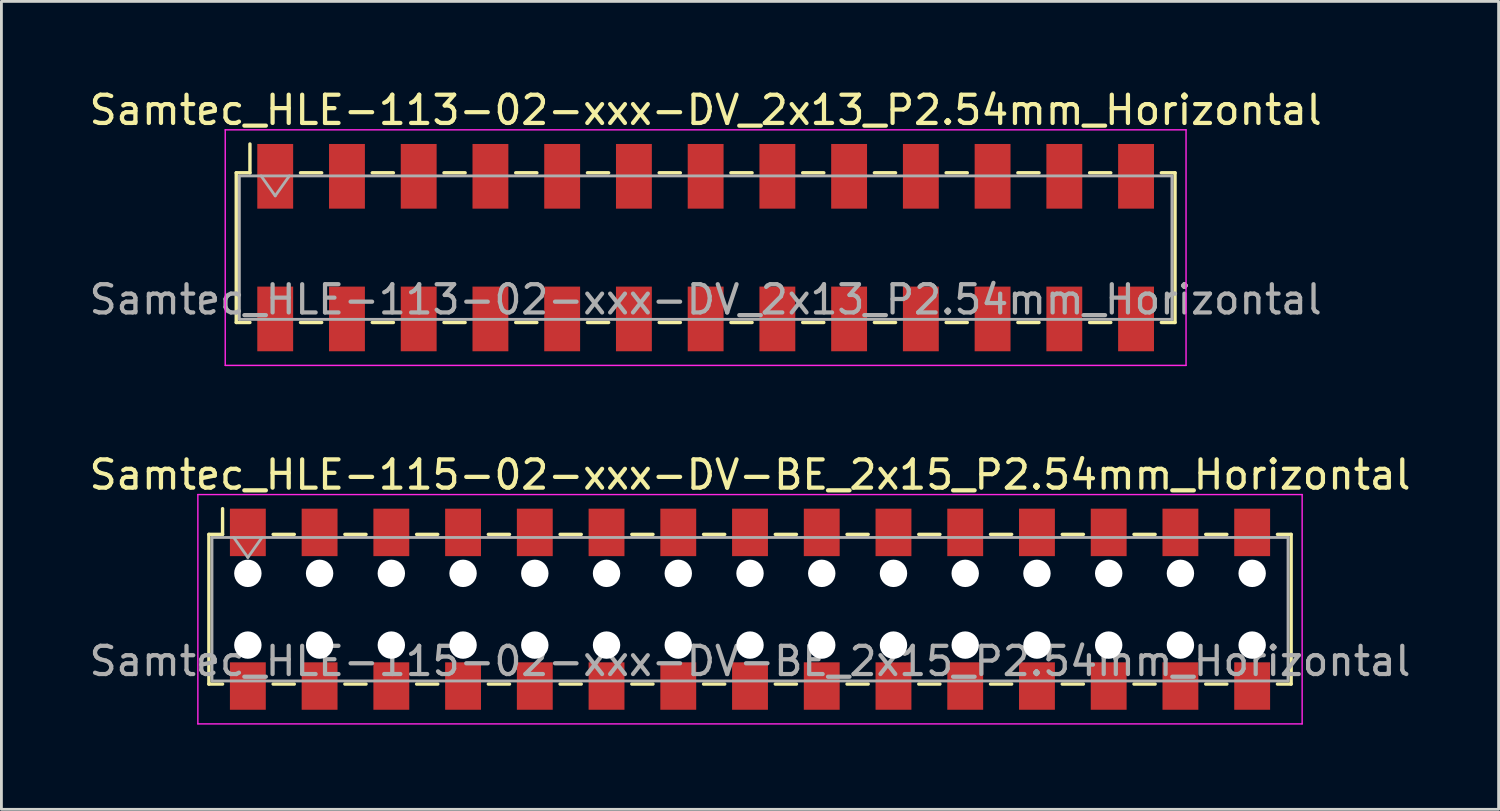
<source format=kicad_pcb>
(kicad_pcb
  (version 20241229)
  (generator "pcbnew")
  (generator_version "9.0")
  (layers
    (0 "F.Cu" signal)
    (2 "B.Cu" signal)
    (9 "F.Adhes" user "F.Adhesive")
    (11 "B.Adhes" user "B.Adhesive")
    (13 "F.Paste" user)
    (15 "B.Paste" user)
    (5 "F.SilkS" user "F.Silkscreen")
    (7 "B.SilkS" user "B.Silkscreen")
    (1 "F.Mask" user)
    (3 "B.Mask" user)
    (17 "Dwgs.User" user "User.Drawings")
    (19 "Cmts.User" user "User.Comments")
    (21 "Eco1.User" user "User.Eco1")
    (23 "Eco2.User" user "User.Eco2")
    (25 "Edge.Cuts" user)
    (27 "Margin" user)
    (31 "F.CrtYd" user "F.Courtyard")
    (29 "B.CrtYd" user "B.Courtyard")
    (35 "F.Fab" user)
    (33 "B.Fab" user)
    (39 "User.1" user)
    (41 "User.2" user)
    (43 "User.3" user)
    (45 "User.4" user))
  (footprint "Samtec_HLE-115-02-xxx-DV-BE_2x15_P2.54mm_Horizontal"
    (layer "F.Cu")
    (at 23.506 18.521)
    (property "Reference" "Samtec_HLE-115-02-xxx-DV-BE_2x15_P2.54mm_Horizontal" (at 0 -4.76 0) (layer "F.SilkS") (effects (font (size 1 1) (thickness 0.15))))
    (attr smd)
    (fp_line (start -19.16 -2.65) (end -19.16 2.65) (stroke (width 0.12) (type solid)) (layer "F.SilkS"))
    (fp_line (start -19.16 2.65) (end -18.675 2.65) (stroke (width 0.12) (type solid)) (layer "F.SilkS"))
    (fp_line (start -18.675 -3.56) (end -18.675 -2.65) (stroke (width 0.12) (type solid)) (layer "F.SilkS"))
    (fp_line (start -18.675 -2.65) (end -19.16 -2.65) (stroke (width 0.12) (type solid)) (layer "F.SilkS"))
    (fp_line (start -16.885 -2.65) (end -16.135 -2.65) (stroke (width 0.12) (type solid)) (layer "F.SilkS"))
    (fp_line (start -16.885 2.65) (end -16.135 2.65) (stroke (width 0.12) (type solid)) (layer "F.SilkS"))
    (fp_line (start -14.345 -2.65) (end -13.595 -2.65) (stroke (width 0.12) (type solid)) (layer "F.SilkS"))
    (fp_line (start -14.345 2.65) (end -13.595 2.65) (stroke (width 0.12) (type solid)) (layer "F.SilkS"))
    (fp_line (start -11.805 -2.65) (end -11.055 -2.65) (stroke (width 0.12) (type solid)) (layer "F.SilkS"))
    (fp_line (start -11.805 2.65) (end -11.055 2.65) (stroke (width 0.12) (type solid)) (layer "F.SilkS"))
    (fp_line (start -9.265 -2.65) (end -8.515 -2.65) (stroke (width 0.12) (type solid)) (layer "F.SilkS"))
    (fp_line (start -9.265 2.65) (end -8.515 2.65) (stroke (width 0.12) (type solid)) (layer "F.SilkS"))
    (fp_line (start -6.725 -2.65) (end -5.975 -2.65) (stroke (width 0.12) (type solid)) (layer "F.SilkS"))
    (fp_line (start -6.725 2.65) (end -5.975 2.65) (stroke (width 0.12) (type solid)) (layer "F.SilkS"))
    (fp_line (start -4.185 -2.65) (end -3.435 -2.65) (stroke (width 0.12) (type solid)) (layer "F.SilkS"))
    (fp_line (start -4.185 2.65) (end -3.435 2.65) (stroke (width 0.12) (type solid)) (layer "F.SilkS"))
    (fp_line (start -1.645 -2.65) (end -0.895 -2.65) (stroke (width 0.12) (type solid)) (layer "F.SilkS"))
    (fp_line (start -1.645 2.65) (end -0.895 2.65) (stroke (width 0.12) (type solid)) (layer "F.SilkS"))
    (fp_line (start 0.895 -2.65) (end 1.645 -2.65) (stroke (width 0.12) (type solid)) (layer "F.SilkS"))
    (fp_line (start 0.895 2.65) (end 1.645 2.65) (stroke (width 0.12) (type solid)) (layer "F.SilkS"))
    (fp_line (start 3.435 -2.65) (end 4.185 -2.65) (stroke (width 0.12) (type solid)) (layer "F.SilkS"))
    (fp_line (start 3.435 2.65) (end 4.185 2.65) (stroke (width 0.12) (type solid)) (layer "F.SilkS"))
    (fp_line (start 5.975 -2.65) (end 6.725 -2.65) (stroke (width 0.12) (type solid)) (layer "F.SilkS"))
    (fp_line (start 5.975 2.65) (end 6.725 2.65) (stroke (width 0.12) (type solid)) (layer "F.SilkS"))
    (fp_line (start 8.515 -2.65) (end 9.265 -2.65) (stroke (width 0.12) (type solid)) (layer "F.SilkS"))
    (fp_line (start 8.515 2.65) (end 9.265 2.65) (stroke (width 0.12) (type solid)) (layer "F.SilkS"))
    (fp_line (start 11.055 -2.65) (end 11.805 -2.65) (stroke (width 0.12) (type solid)) (layer "F.SilkS"))
    (fp_line (start 11.055 2.65) (end 11.805 2.65) (stroke (width 0.12) (type solid)) (layer "F.SilkS"))
    (fp_line (start 13.595 -2.65) (end 14.345 -2.65) (stroke (width 0.12) (type solid)) (layer "F.SilkS"))
    (fp_line (start 13.595 2.65) (end 14.345 2.65) (stroke (width 0.12) (type solid)) (layer "F.SilkS"))
    (fp_line (start 16.135 -2.65) (end 16.885 -2.65) (stroke (width 0.12) (type solid)) (layer "F.SilkS"))
    (fp_line (start 16.135 2.65) (end 16.885 2.65) (stroke (width 0.12) (type solid)) (layer "F.SilkS"))
    (fp_line (start 18.675 -2.65) (end 19.16 -2.65) (stroke (width 0.12) (type solid)) (layer "F.SilkS"))
    (fp_line (start 19.16 -2.65) (end 19.16 2.65) (stroke (width 0.12) (type solid)) (layer "F.SilkS"))
    (fp_line (start 19.16 2.65) (end 18.675 2.65) (stroke (width 0.12) (type solid)) (layer "F.SilkS"))
    (fp_line (start -19.55 -4.06) (end 19.55 -4.06) (stroke (width 0.05) (type solid)) (layer "F.CrtYd"))
    (fp_line (start -19.55 4.06) (end -19.55 -4.06) (stroke (width 0.05) (type solid)) (layer "F.CrtYd"))
    (fp_line (start 19.55 -4.06) (end 19.55 4.06) (stroke (width 0.05) (type solid)) (layer "F.CrtYd"))
    (fp_line (start 19.55 4.06) (end -19.55 4.06) (stroke (width 0.05) (type solid)) (layer "F.CrtYd"))
    (fp_line (start -19.05 -2.54) (end 19.05 -2.54) (stroke (width 0.1) (type solid)) (layer "F.Fab"))
    (fp_line (start -19.05 2.54) (end -19.05 -2.54) (stroke (width 0.1) (type solid)) (layer "F.Fab"))
    (fp_line (start -18.28 -2.54) (end -17.78 -1.833) (stroke (width 0.1) (type solid)) (layer "F.Fab"))
    (fp_line (start -17.78 -1.833) (end -17.28 -2.54) (stroke (width 0.1) (type solid)) (layer "F.Fab"))
    (fp_line (start 19.05 -2.54) (end 19.05 2.54) (stroke (width 0.1) (type solid)) (layer "F.Fab"))
    (fp_line (start 19.05 2.54) (end -19.05 2.54) (stroke (width 0.1) (type solid)) (layer "F.Fab"))
    (fp_text user "${REFERENCE}" (at 0 1.84 0) (layer "F.Fab") (effects (font (size 1 1) (thickness 0.15))))
    (pad "" np_thru_hole circle (at -17.78 -1.27) (size 0.97 0.97) (drill 0.97) (layers "*.Cu" "*.Mask"))
    (pad "" np_thru_hole circle (at -17.78 1.27) (size 0.97 0.97) (drill 0.97) (layers "*.Cu" "*.Mask"))
    (pad "" np_thru_hole circle (at -15.24 -1.27) (size 0.97 0.97) (drill 0.97) (layers "*.Cu" "*.Mask"))
    (pad "" np_thru_hole circle (at -15.24 1.27) (size 0.97 0.97) (drill 0.97) (layers "*.Cu" "*.Mask"))
    (pad "" np_thru_hole circle (at -12.7 -1.27) (size 0.97 0.97) (drill 0.97) (layers "*.Cu" "*.Mask"))
    (pad "" np_thru_hole circle (at -12.7 1.27) (size 0.97 0.97) (drill 0.97) (layers "*.Cu" "*.Mask"))
    (pad "" np_thru_hole circle (at -10.16 -1.27) (size 0.97 0.97) (drill 0.97) (layers "*.Cu" "*.Mask"))
    (pad "" np_thru_hole circle (at -10.16 1.27) (size 0.97 0.97) (drill 0.97) (layers "*.Cu" "*.Mask"))
    (pad "" np_thru_hole circle (at -7.62 -1.27) (size 0.97 0.97) (drill 0.97) (layers "*.Cu" "*.Mask"))
    (pad "" np_thru_hole circle (at -7.62 1.27) (size 0.97 0.97) (drill 0.97) (layers "*.Cu" "*.Mask"))
    (pad "" np_thru_hole circle (at -5.08 -1.27) (size 0.97 0.97) (drill 0.97) (layers "*.Cu" "*.Mask"))
    (pad "" np_thru_hole circle (at -5.08 1.27) (size 0.97 0.97) (drill 0.97) (layers "*.Cu" "*.Mask"))
    (pad "" np_thru_hole circle (at -2.54 -1.27) (size 0.97 0.97) (drill 0.97) (layers "*.Cu" "*.Mask"))
    (pad "" np_thru_hole circle (at -2.54 1.27) (size 0.97 0.97) (drill 0.97) (layers "*.Cu" "*.Mask"))
    (pad "" np_thru_hole circle (at 0 -1.27) (size 0.97 0.97) (drill 0.97) (layers "*.Cu" "*.Mask"))
    (pad "" np_thru_hole circle (at 0 1.27) (size 0.97 0.97) (drill 0.97) (layers "*.Cu" "*.Mask"))
    (pad "" np_thru_hole circle (at 2.54 -1.27) (size 0.97 0.97) (drill 0.97) (layers "*.Cu" "*.Mask"))
    (pad "" np_thru_hole circle (at 2.54 1.27) (size 0.97 0.97) (drill 0.97) (layers "*.Cu" "*.Mask"))
    (pad "" np_thru_hole circle (at 5.08 -1.27) (size 0.97 0.97) (drill 0.97) (layers "*.Cu" "*.Mask"))
    (pad "" np_thru_hole circle (at 5.08 1.27) (size 0.97 0.97) (drill 0.97) (layers "*.Cu" "*.Mask"))
    (pad "" np_thru_hole circle (at 7.62 -1.27) (size 0.97 0.97) (drill 0.97) (layers "*.Cu" "*.Mask"))
    (pad "" np_thru_hole circle (at 7.62 1.27) (size 0.97 0.97) (drill 0.97) (layers "*.Cu" "*.Mask"))
    (pad "" np_thru_hole circle (at 10.16 -1.27) (size 0.97 0.97) (drill 0.97) (layers "*.Cu" "*.Mask"))
    (pad "" np_thru_hole circle (at 10.16 1.27) (size 0.97 0.97) (drill 0.97) (layers "*.Cu" "*.Mask"))
    (pad "" np_thru_hole circle (at 12.7 -1.27) (size 0.97 0.97) (drill 0.97) (layers "*.Cu" "*.Mask"))
    (pad "" np_thru_hole circle (at 12.7 1.27) (size 0.97 0.97) (drill 0.97) (layers "*.Cu" "*.Mask"))
    (pad "" np_thru_hole circle (at 15.24 -1.27) (size 0.97 0.97) (drill 0.97) (layers "*.Cu" "*.Mask"))
    (pad "" np_thru_hole circle (at 15.24 1.27) (size 0.97 0.97) (drill 0.97) (layers "*.Cu" "*.Mask"))
    (pad "" np_thru_hole circle (at 17.78 -1.27) (size 0.97 0.97) (drill 0.97) (layers "*.Cu" "*.Mask"))
    (pad "" np_thru_hole circle (at 17.78 1.27) (size 0.97 0.97) (drill 0.97) (layers "*.Cu" "*.Mask"))
    (pad "1" smd rect (at -17.78 -2.72) (size 1.27 1.68) (layers "F.Cu" "F.Mask" "F.Paste"))
    (pad "2" smd rect (at -17.78 2.72) (size 1.27 1.68) (layers "F.Cu" "F.Mask" "F.Paste"))
    (pad "3" smd rect (at -15.24 -2.72) (size 1.27 1.68) (layers "F.Cu" "F.Mask" "F.Paste"))
    (pad "4" smd rect (at -15.24 2.72) (size 1.27 1.68) (layers "F.Cu" "F.Mask" "F.Paste"))
    (pad "5" smd rect (at -12.7 -2.72) (size 1.27 1.68) (layers "F.Cu" "F.Mask" "F.Paste"))
    (pad "6" smd rect (at -12.7 2.72) (size 1.27 1.68) (layers "F.Cu" "F.Mask" "F.Paste"))
    (pad "7" smd rect (at -10.16 -2.72) (size 1.27 1.68) (layers "F.Cu" "F.Mask" "F.Paste"))
    (pad "8" smd rect (at -10.16 2.72) (size 1.27 1.68) (layers "F.Cu" "F.Mask" "F.Paste"))
    (pad "9" smd rect (at -7.62 -2.72) (size 1.27 1.68) (layers "F.Cu" "F.Mask" "F.Paste"))
    (pad "10" smd rect (at -7.62 2.72) (size 1.27 1.68) (layers "F.Cu" "F.Mask" "F.Paste"))
    (pad "11" smd rect (at -5.08 -2.72) (size 1.27 1.68) (layers "F.Cu" "F.Mask" "F.Paste"))
    (pad "12" smd rect (at -5.08 2.72) (size 1.27 1.68) (layers "F.Cu" "F.Mask" "F.Paste"))
    (pad "13" smd rect (at -2.54 -2.72) (size 1.27 1.68) (layers "F.Cu" "F.Mask" "F.Paste"))
    (pad "14" smd rect (at -2.54 2.72) (size 1.27 1.68) (layers "F.Cu" "F.Mask" "F.Paste"))
    (pad "15" smd rect (at 0 -2.72) (size 1.27 1.68) (layers "F.Cu" "F.Mask" "F.Paste"))
    (pad "16" smd rect (at 0 2.72) (size 1.27 1.68) (layers "F.Cu" "F.Mask" "F.Paste"))
    (pad "17" smd rect (at 2.54 -2.72) (size 1.27 1.68) (layers "F.Cu" "F.Mask" "F.Paste"))
    (pad "18" smd rect (at 2.54 2.72) (size 1.27 1.68) (layers "F.Cu" "F.Mask" "F.Paste"))
    (pad "19" smd rect (at 5.08 -2.72) (size 1.27 1.68) (layers "F.Cu" "F.Mask" "F.Paste"))
    (pad "20" smd rect (at 5.08 2.72) (size 1.27 1.68) (layers "F.Cu" "F.Mask" "F.Paste"))
    (pad "21" smd rect (at 7.62 -2.72) (size 1.27 1.68) (layers "F.Cu" "F.Mask" "F.Paste"))
    (pad "22" smd rect (at 7.62 2.72) (size 1.27 1.68) (layers "F.Cu" "F.Mask" "F.Paste"))
    (pad "23" smd rect (at 10.16 -2.72) (size 1.27 1.68) (layers "F.Cu" "F.Mask" "F.Paste"))
    (pad "24" smd rect (at 10.16 2.72) (size 1.27 1.68) (layers "F.Cu" "F.Mask" "F.Paste"))
    (pad "25" smd rect (at 12.7 -2.72) (size 1.27 1.68) (layers "F.Cu" "F.Mask" "F.Paste"))
    (pad "26" smd rect (at 12.7 2.72) (size 1.27 1.68) (layers "F.Cu" "F.Mask" "F.Paste"))
    (pad "27" smd rect (at 15.24 -2.72) (size 1.27 1.68) (layers "F.Cu" "F.Mask" "F.Paste"))
    (pad "28" smd rect (at 15.24 2.72) (size 1.27 1.68) (layers "F.Cu" "F.Mask" "F.Paste"))
    (pad "29" smd rect (at 17.78 -2.72) (size 1.27 1.68) (layers "F.Cu" "F.Mask" "F.Paste"))
    (pad "30" smd rect (at 17.78 2.72) (size 1.27 1.68) (layers "F.Cu" "F.Mask" "F.Paste")))
  (footprint "Samtec_HLE-113-02-xxx-DV_2x13_P2.54mm_Horizontal"
    (layer "F.Cu")
    (at 21.935 5.718)
    (property "Reference" "Samtec_HLE-113-02-xxx-DV_2x13_P2.54mm_Horizontal" (at 0 -4.87 0) (layer "F.SilkS") (effects (font (size 1 1) (thickness 0.15))))
    (attr smd)
    (fp_line (start -16.62 -2.65) (end -16.62 2.65) (stroke (width 0.12) (type solid)) (layer "F.SilkS"))
    (fp_line (start -16.62 2.65) (end -16.135 2.65) (stroke (width 0.12) (type solid)) (layer "F.SilkS"))
    (fp_line (start -16.135 -3.67) (end -16.135 -2.65) (stroke (width 0.12) (type solid)) (layer "F.SilkS"))
    (fp_line (start -16.135 -2.65) (end -16.62 -2.65) (stroke (width 0.12) (type solid)) (layer "F.SilkS"))
    (fp_line (start -14.345 -2.65) (end -13.595 -2.65) (stroke (width 0.12) (type solid)) (layer "F.SilkS"))
    (fp_line (start -14.345 2.65) (end -13.595 2.65) (stroke (width 0.12) (type solid)) (layer "F.SilkS"))
    (fp_line (start -11.805 -2.65) (end -11.055 -2.65) (stroke (width 0.12) (type solid)) (layer "F.SilkS"))
    (fp_line (start -11.805 2.65) (end -11.055 2.65) (stroke (width 0.12) (type solid)) (layer "F.SilkS"))
    (fp_line (start -9.265 -2.65) (end -8.515 -2.65) (stroke (width 0.12) (type solid)) (layer "F.SilkS"))
    (fp_line (start -9.265 2.65) (end -8.515 2.65) (stroke (width 0.12) (type solid)) (layer "F.SilkS"))
    (fp_line (start -6.725 -2.65) (end -5.975 -2.65) (stroke (width 0.12) (type solid)) (layer "F.SilkS"))
    (fp_line (start -6.725 2.65) (end -5.975 2.65) (stroke (width 0.12) (type solid)) (layer "F.SilkS"))
    (fp_line (start -4.185 -2.65) (end -3.435 -2.65) (stroke (width 0.12) (type solid)) (layer "F.SilkS"))
    (fp_line (start -4.185 2.65) (end -3.435 2.65) (stroke (width 0.12) (type solid)) (layer "F.SilkS"))
    (fp_line (start -1.645 -2.65) (end -0.895 -2.65) (stroke (width 0.12) (type solid)) (layer "F.SilkS"))
    (fp_line (start -1.645 2.65) (end -0.895 2.65) (stroke (width 0.12) (type solid)) (layer "F.SilkS"))
    (fp_line (start 0.895 -2.65) (end 1.645 -2.65) (stroke (width 0.12) (type solid)) (layer "F.SilkS"))
    (fp_line (start 0.895 2.65) (end 1.645 2.65) (stroke (width 0.12) (type solid)) (layer "F.SilkS"))
    (fp_line (start 3.435 -2.65) (end 4.185 -2.65) (stroke (width 0.12) (type solid)) (layer "F.SilkS"))
    (fp_line (start 3.435 2.65) (end 4.185 2.65) (stroke (width 0.12) (type solid)) (layer "F.SilkS"))
    (fp_line (start 5.975 -2.65) (end 6.725 -2.65) (stroke (width 0.12) (type solid)) (layer "F.SilkS"))
    (fp_line (start 5.975 2.65) (end 6.725 2.65) (stroke (width 0.12) (type solid)) (layer "F.SilkS"))
    (fp_line (start 8.515 -2.65) (end 9.265 -2.65) (stroke (width 0.12) (type solid)) (layer "F.SilkS"))
    (fp_line (start 8.515 2.65) (end 9.265 2.65) (stroke (width 0.12) (type solid)) (layer "F.SilkS"))
    (fp_line (start 11.055 -2.65) (end 11.805 -2.65) (stroke (width 0.12) (type solid)) (layer "F.SilkS"))
    (fp_line (start 11.055 2.65) (end 11.805 2.65) (stroke (width 0.12) (type solid)) (layer "F.SilkS"))
    (fp_line (start 13.595 -2.65) (end 14.345 -2.65) (stroke (width 0.12) (type solid)) (layer "F.SilkS"))
    (fp_line (start 13.595 2.65) (end 14.345 2.65) (stroke (width 0.12) (type solid)) (layer "F.SilkS"))
    (fp_line (start 16.135 -2.65) (end 16.62 -2.65) (stroke (width 0.12) (type solid)) (layer "F.SilkS"))
    (fp_line (start 16.62 -2.65) (end 16.62 2.65) (stroke (width 0.12) (type solid)) (layer "F.SilkS"))
    (fp_line (start 16.62 2.65) (end 16.135 2.65) (stroke (width 0.12) (type solid)) (layer "F.SilkS"))
    (fp_line (start -17.01 -4.17) (end 17.01 -4.17) (stroke (width 0.05) (type solid)) (layer "F.CrtYd"))
    (fp_line (start -17.01 4.17) (end -17.01 -4.17) (stroke (width 0.05) (type solid)) (layer "F.CrtYd"))
    (fp_line (start 17.01 -4.17) (end 17.01 4.17) (stroke (width 0.05) (type solid)) (layer "F.CrtYd"))
    (fp_line (start 17.01 4.17) (end -17.01 4.17) (stroke (width 0.05) (type solid)) (layer "F.CrtYd"))
    (fp_line (start -16.51 -2.54) (end 16.51 -2.54) (stroke (width 0.1) (type solid)) (layer "F.Fab"))
    (fp_line (start -16.51 2.54) (end -16.51 -2.54) (stroke (width 0.1) (type solid)) (layer "F.Fab"))
    (fp_line (start -15.74 -2.54) (end -15.24 -1.833) (stroke (width 0.1) (type solid)) (layer "F.Fab"))
    (fp_line (start -15.24 -1.833) (end -14.74 -2.54) (stroke (width 0.1) (type solid)) (layer "F.Fab"))
    (fp_line (start 16.51 -2.54) (end 16.51 2.54) (stroke (width 0.1) (type solid)) (layer "F.Fab"))
    (fp_line (start 16.51 2.54) (end -16.51 2.54) (stroke (width 0.1) (type solid)) (layer "F.Fab"))
    (fp_text user "${REFERENCE}" (at 0 1.84 0) (layer "F.Fab") (effects (font (size 1 1) (thickness 0.15))))
    (pad "1" smd rect (at -15.24 -2.525) (size 1.27 2.29) (layers "F.Cu" "F.Mask" "F.Paste"))
    (pad "2" smd rect (at -15.24 2.525) (size 1.27 2.29) (layers "F.Cu" "F.Mask" "F.Paste"))
    (pad "3" smd rect (at -12.7 -2.525) (size 1.27 2.29) (layers "F.Cu" "F.Mask" "F.Paste"))
    (pad "4" smd rect (at -12.7 2.525) (size 1.27 2.29) (layers "F.Cu" "F.Mask" "F.Paste"))
    (pad "5" smd rect (at -10.16 -2.525) (size 1.27 2.29) (layers "F.Cu" "F.Mask" "F.Paste"))
    (pad "6" smd rect (at -10.16 2.525) (size 1.27 2.29) (layers "F.Cu" "F.Mask" "F.Paste"))
    (pad "7" smd rect (at -7.62 -2.525) (size 1.27 2.29) (layers "F.Cu" "F.Mask" "F.Paste"))
    (pad "8" smd rect (at -7.62 2.525) (size 1.27 2.29) (layers "F.Cu" "F.Mask" "F.Paste"))
    (pad "9" smd rect (at -5.08 -2.525) (size 1.27 2.29) (layers "F.Cu" "F.Mask" "F.Paste"))
    (pad "10" smd rect (at -5.08 2.525) (size 1.27 2.29) (layers "F.Cu" "F.Mask" "F.Paste"))
    (pad "11" smd rect (at -2.54 -2.525) (size 1.27 2.29) (layers "F.Cu" "F.Mask" "F.Paste"))
    (pad "12" smd rect (at -2.54 2.525) (size 1.27 2.29) (layers "F.Cu" "F.Mask" "F.Paste"))
    (pad "13" smd rect (at 0 -2.525) (size 1.27 2.29) (layers "F.Cu" "F.Mask" "F.Paste"))
    (pad "14" smd rect (at 0 2.525) (size 1.27 2.29) (layers "F.Cu" "F.Mask" "F.Paste"))
    (pad "15" smd rect (at 2.54 -2.525) (size 1.27 2.29) (layers "F.Cu" "F.Mask" "F.Paste"))
    (pad "16" smd rect (at 2.54 2.525) (size 1.27 2.29) (layers "F.Cu" "F.Mask" "F.Paste"))
    (pad "17" smd rect (at 5.08 -2.525) (size 1.27 2.29) (layers "F.Cu" "F.Mask" "F.Paste"))
    (pad "18" smd rect (at 5.08 2.525) (size 1.27 2.29) (layers "F.Cu" "F.Mask" "F.Paste"))
    (pad "19" smd rect (at 7.62 -2.525) (size 1.27 2.29) (layers "F.Cu" "F.Mask" "F.Paste"))
    (pad "20" smd rect (at 7.62 2.525) (size 1.27 2.29) (layers "F.Cu" "F.Mask" "F.Paste"))
    (pad "21" smd rect (at 10.16 -2.525) (size 1.27 2.29) (layers "F.Cu" "F.Mask" "F.Paste"))
    (pad "22" smd rect (at 10.16 2.525) (size 1.27 2.29) (layers "F.Cu" "F.Mask" "F.Paste"))
    (pad "23" smd rect (at 12.7 -2.525) (size 1.27 2.29) (layers "F.Cu" "F.Mask" "F.Paste"))
    (pad "24" smd rect (at 12.7 2.525) (size 1.27 2.29) (layers "F.Cu" "F.Mask" "F.Paste"))
    (pad "25" smd rect (at 15.24 -2.525) (size 1.27 2.29) (layers "F.Cu" "F.Mask" "F.Paste"))
    (pad "26" smd rect (at 15.24 2.525) (size 1.27 2.29) (layers "F.Cu" "F.Mask" "F.Paste")))
  (gr_rect
    (start -3 -3)
    (end 50.012 25.607)
    (stroke (width 0.1) (type default))
    (fill no)
    (layer "Edge.Cuts")))
</source>
